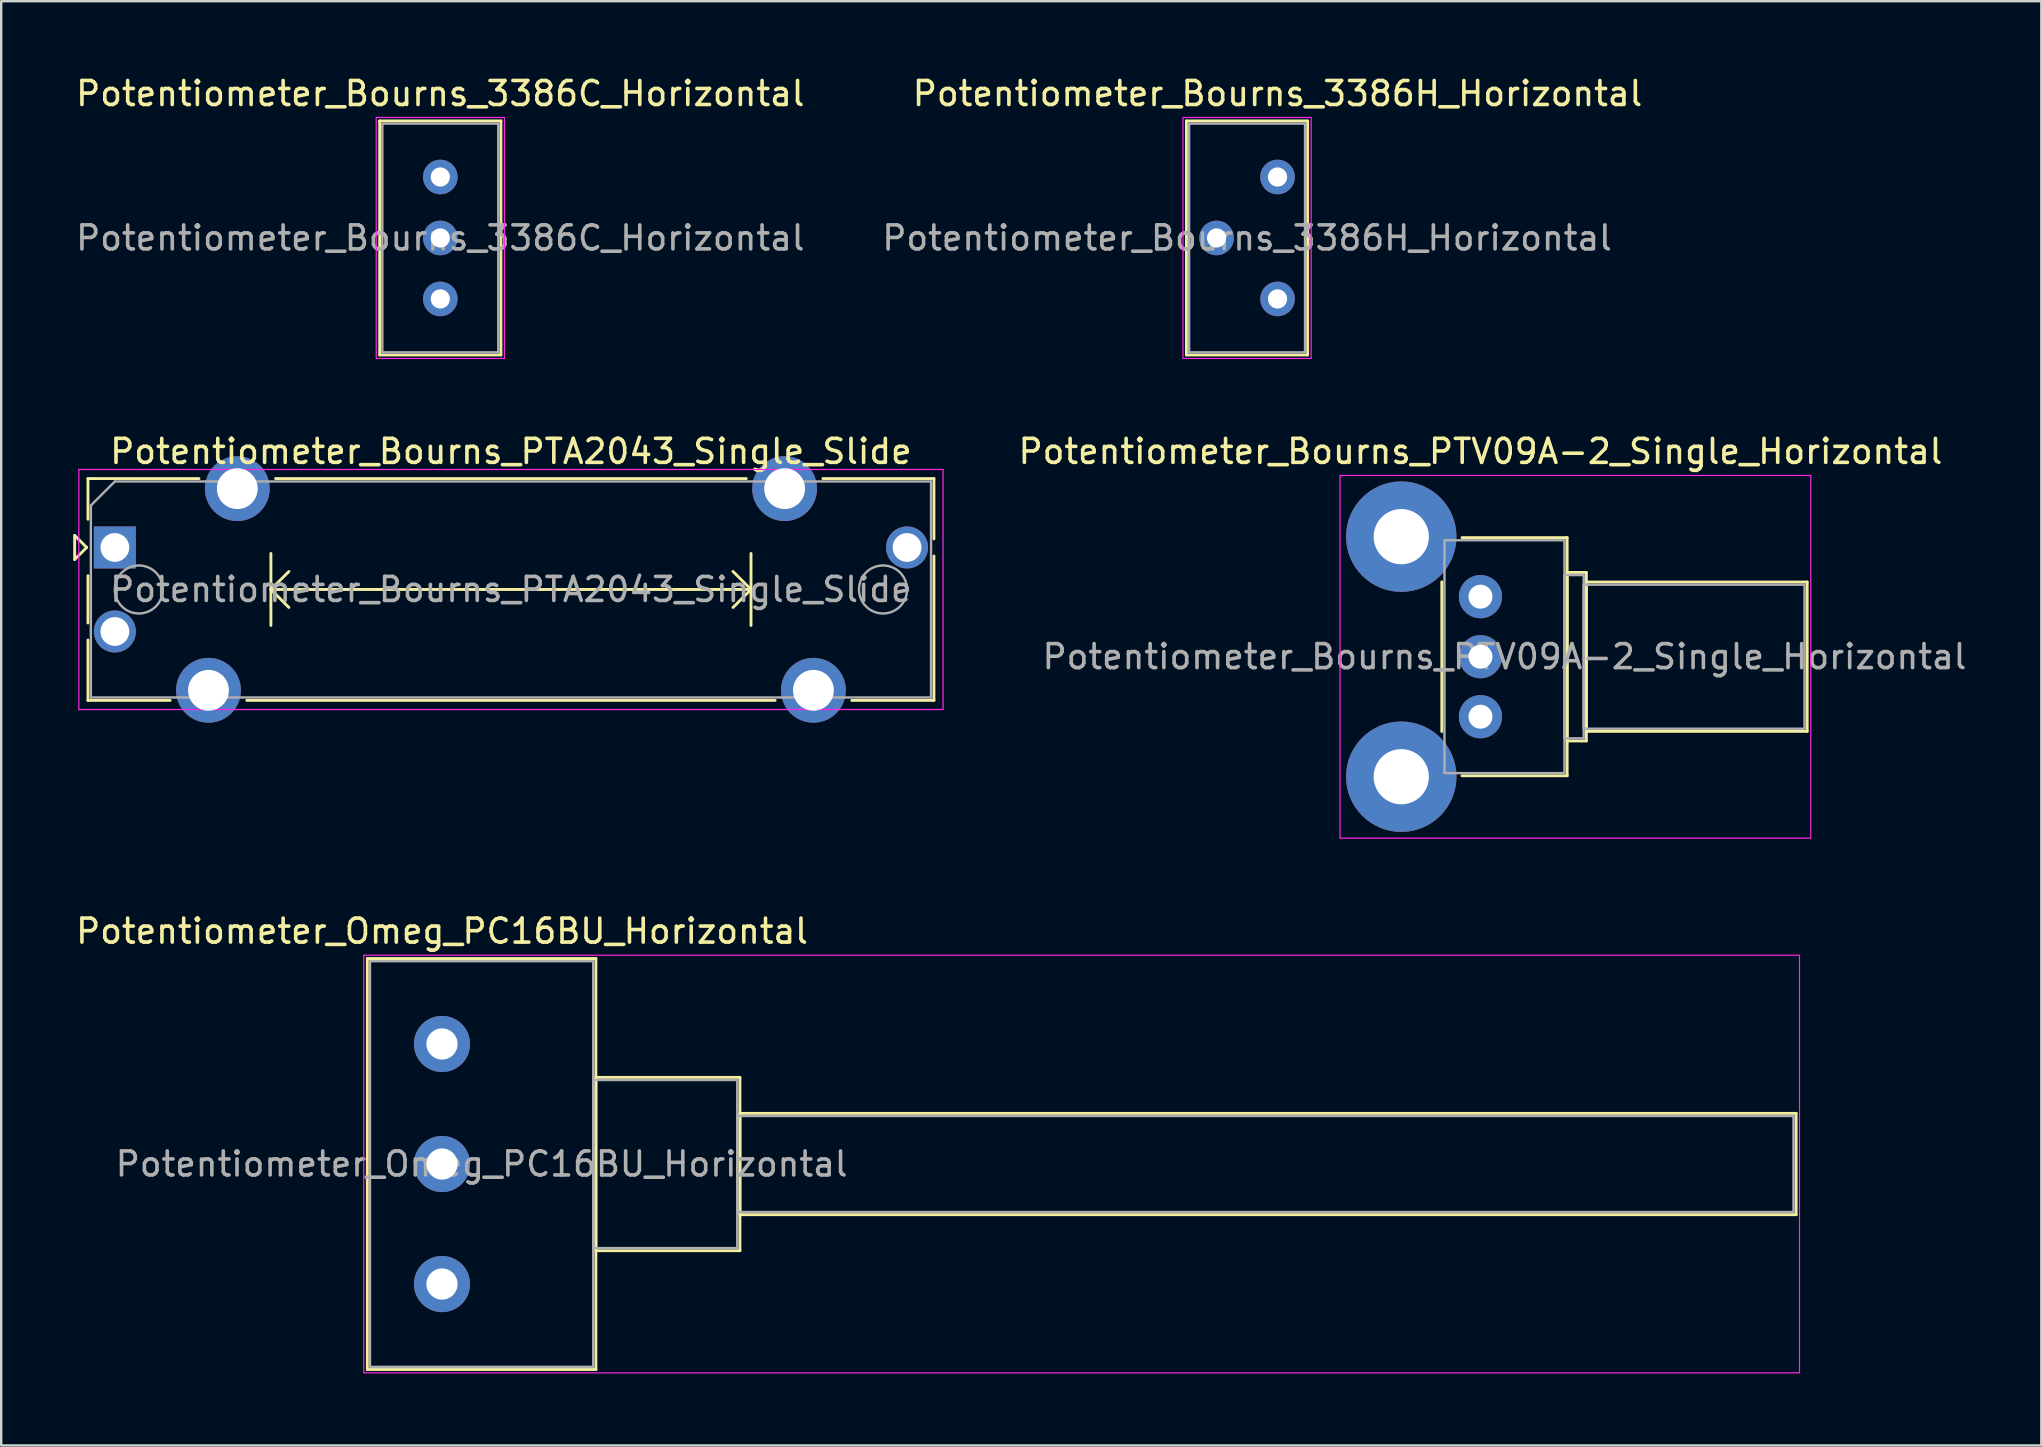
<source format=kicad_pcb>
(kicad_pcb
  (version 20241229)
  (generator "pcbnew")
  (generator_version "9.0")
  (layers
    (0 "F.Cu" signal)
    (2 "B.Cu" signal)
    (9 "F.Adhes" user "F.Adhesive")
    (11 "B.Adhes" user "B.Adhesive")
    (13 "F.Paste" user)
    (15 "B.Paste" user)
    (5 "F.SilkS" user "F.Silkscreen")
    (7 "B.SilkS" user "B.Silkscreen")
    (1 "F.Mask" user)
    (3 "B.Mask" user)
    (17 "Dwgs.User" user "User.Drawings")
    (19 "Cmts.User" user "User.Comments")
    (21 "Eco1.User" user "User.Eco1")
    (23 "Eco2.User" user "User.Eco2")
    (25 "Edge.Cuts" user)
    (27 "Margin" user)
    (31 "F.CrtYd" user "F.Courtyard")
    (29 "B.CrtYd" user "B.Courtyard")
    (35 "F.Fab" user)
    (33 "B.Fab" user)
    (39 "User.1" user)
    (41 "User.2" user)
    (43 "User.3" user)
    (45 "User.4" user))
  (footprint "Potentiometer_Bourns_3386C_Horizontal"
    (layer "F.Cu")
    (at 15.292 4.323)
    (property "Reference" "Potentiometer_Bourns_3386C_Horizontal" (at 0 -3.475 0) (layer "F.SilkS") (effects (font (size 1 1) (thickness 0.15))))
    (attr through_hole)
    (fp_line (start -2.525 -2.335) (end 2.525 -2.335) (stroke (width 0.12) (type solid)) (layer "F.SilkS"))
    (fp_line (start -2.525 7.415) (end -2.525 -2.335) (stroke (width 0.12) (type solid)) (layer "F.SilkS"))
    (fp_line (start 2.525 -2.335) (end 2.525 7.415) (stroke (width 0.12) (type solid)) (layer "F.SilkS"))
    (fp_line (start 2.525 7.415) (end -2.525 7.415) (stroke (width 0.12) (type solid)) (layer "F.SilkS"))
    (fp_rect (start -2.67 -2.48) (end 2.67 7.56) (stroke (width 0.05) (type solid)) (fill no) (layer "F.CrtYd"))
    (fp_rect (start -2.415 -2.225) (end 2.415 7.305) (stroke (width 0.1) (type solid)) (fill no) (layer "F.Fab"))
    (fp_text user "${REFERENCE}" (at 0 2.54 0) (layer "F.Fab") (effects (font (size 1 1) (thickness 0.15))))
    (pad "1" thru_hole circle (at 0 0) (size 1.44 1.44) (drill 0.8) (layers "*.Cu" "*.Mask"))
    (pad "2" thru_hole circle (at 0 2.54) (size 1.44 1.44) (drill 0.8) (layers "*.Cu" "*.Mask"))
    (pad "3" thru_hole circle (at 0 5.08) (size 1.44 1.44) (drill 0.8) (layers "*.Cu" "*.Mask")))
  (footprint "Potentiometer_Omeg_PC16BU_Horizontal"
    (layer "F.Cu")
    (at 15.363 50.44)
    (property "Reference" "Potentiometer_Omeg_PC16BU_Horizontal" (at 0 -14.7 0) (layer "F.SilkS") (effects (font (size 1 1) (thickness 0.15))))
    (attr through_hole)
    (fp_line (start -3.11 -13.56) (end 6.41 -13.56) (stroke (width 0.12) (type solid)) (layer "F.SilkS"))
    (fp_line (start -3.11 3.56) (end -3.11 -13.56) (stroke (width 0.12) (type solid)) (layer "F.SilkS"))
    (fp_line (start 6.41 -13.56) (end 6.41 3.56) (stroke (width 0.12) (type solid)) (layer "F.SilkS"))
    (fp_line (start 6.41 -8.61) (end 12.41 -8.61) (stroke (width 0.12) (type solid)) (layer "F.SilkS"))
    (fp_line (start 6.41 -1.39) (end 6.41 -8.61) (stroke (width 0.12) (type solid)) (layer "F.SilkS"))
    (fp_line (start 6.41 3.56) (end -3.11 3.56) (stroke (width 0.12) (type solid)) (layer "F.SilkS"))
    (fp_line (start 12.41 -8.61) (end 12.41 -1.39) (stroke (width 0.12) (type solid)) (layer "F.SilkS"))
    (fp_line (start 12.41 -7.11) (end 56.41 -7.11) (stroke (width 0.12) (type solid)) (layer "F.SilkS"))
    (fp_line (start 12.41 -2.89) (end 12.41 -7.11) (stroke (width 0.12) (type solid)) (layer "F.SilkS"))
    (fp_line (start 12.41 -1.39) (end 6.41 -1.39) (stroke (width 0.12) (type solid)) (layer "F.SilkS"))
    (fp_line (start 56.41 -7.11) (end 56.41 -2.89) (stroke (width 0.12) (type solid)) (layer "F.SilkS"))
    (fp_line (start 56.41 -2.89) (end 12.41 -2.89) (stroke (width 0.12) (type solid)) (layer "F.SilkS"))
    (fp_rect (start -3.26 -13.7) (end 56.55 3.7) (stroke (width 0.05) (type solid)) (fill no) (layer "F.CrtYd"))
    (fp_rect (start -3 -13.45) (end 6.3 3.45) (stroke (width 0.1) (type solid)) (fill no) (layer "F.Fab"))
    (fp_rect (start 6.3 -8.5) (end 12.3 -1.5) (stroke (width 0.1) (type solid)) (fill no) (layer "F.Fab"))
    (fp_rect (start 12.3 -7) (end 56.3 -3) (stroke (width 0.1) (type solid)) (fill no) (layer "F.Fab"))
    (fp_text user "${REFERENCE}" (at 1.65 -5 0) (layer "F.Fab") (effects (font (size 1 1) (thickness 0.15))))
    (pad "1" thru_hole circle (at 0 0) (size 2.34 2.34) (drill 1.3) (layers "*.Cu" "*.Mask"))
    (pad "2" thru_hole circle (at 0 -5) (size 2.34 2.34) (drill 1.3) (layers "*.Cu" "*.Mask"))
    (pad "3" thru_hole circle (at 0 -10) (size 2.34 2.34) (drill 1.3) (layers "*.Cu" "*.Mask")))
  (footprint "Potentiometer_Bourns_3386H_Horizontal"
    (layer "F.Cu")
    (at 50.169 4.323)
    (property "Reference" "Potentiometer_Bourns_3386H_Horizontal" (at 0 -3.475 0) (layer "F.SilkS") (effects (font (size 1 1) (thickness 0.15))))
    (attr through_hole)
    (fp_line (start -3.795 -2.335) (end 1.255 -2.335) (stroke (width 0.12) (type solid)) (layer "F.SilkS"))
    (fp_line (start -3.795 7.415) (end -3.795 -2.335) (stroke (width 0.12) (type solid)) (layer "F.SilkS"))
    (fp_line (start 1.255 -2.335) (end 1.255 7.415) (stroke (width 0.12) (type solid)) (layer "F.SilkS"))
    (fp_line (start 1.255 7.415) (end -3.795 7.415) (stroke (width 0.12) (type solid)) (layer "F.SilkS"))
    (fp_rect (start -3.94 -2.48) (end 1.4 7.56) (stroke (width 0.05) (type solid)) (fill no) (layer "F.CrtYd"))
    (fp_rect (start -3.685 -2.225) (end 1.145 7.305) (stroke (width 0.1) (type solid)) (fill no) (layer "F.Fab"))
    (fp_text user "${REFERENCE}" (at -1.27 2.54 0) (layer "F.Fab") (effects (font (size 1 1) (thickness 0.15))))
    (pad "1" thru_hole circle (at 0 0) (size 1.44 1.44) (drill 0.8) (layers "*.Cu" "*.Mask"))
    (pad "2" thru_hole circle (at -2.54 2.54) (size 1.44 1.44) (drill 0.8) (layers "*.Cu" "*.Mask"))
    (pad "3" thru_hole circle (at 0 5.08) (size 1.44 1.44) (drill 0.8) (layers "*.Cu" "*.Mask")))
  (footprint "Potentiometer_Bourns_PTA2043_Single_Slide"
    (layer "F.Cu")
    (at 1.735 19.756)
    (property "Reference" "Potentiometer_Bourns_PTA2043_Single_Slide" (at 16.5 -4 0) (layer "F.SilkS") (effects (font (size 1 1) (thickness 0.15))))
    (attr through_hole)
    (fp_line (start -1.675 -0.5) (end -1.675 0.5) (stroke (width 0.12) (type solid)) (layer "F.SilkS"))
    (fp_line (start -1.675 0.5) (end -1.175 0) (stroke (width 0.12) (type solid)) (layer "F.SilkS"))
    (fp_line (start -1.175 0) (end -1.675 -0.5) (stroke (width 0.12) (type solid)) (layer "F.SilkS"))
    (fp_line (start -1.12 -2.87) (end 3.504 -2.87) (stroke (width 0.12) (type solid)) (layer "F.SilkS"))
    (fp_line (start -1.12 -1.175) (end -1.12 -2.87) (stroke (width 0.12) (type solid)) (layer "F.SilkS"))
    (fp_line (start -1.12 3.145) (end -1.12 1.175) (stroke (width 0.12) (type solid)) (layer "F.SilkS"))
    (fp_line (start -1.12 6.37) (end -1.12 3.855) (stroke (width 0.12) (type solid)) (layer "F.SilkS"))
    (fp_line (start 2.304 6.37) (end -1.12 6.37) (stroke (width 0.12) (type solid)) (layer "F.SilkS"))
    (fp_line (start 6.5 0.25) (end 6.5 3.25) (stroke (width 0.12) (type solid)) (layer "F.SilkS"))
    (fp_line (start 6.5 1.75) (end 7.25 2.5) (stroke (width 0.12) (type solid)) (layer "F.SilkS"))
    (fp_line (start 6.5 1.75) (end 26.5 1.75) (stroke (width 0.12) (type solid)) (layer "F.SilkS"))
    (fp_line (start 6.696 -2.87) (end 26.304 -2.87) (stroke (width 0.12) (type solid)) (layer "F.SilkS"))
    (fp_line (start 7.25 1) (end 6.5 1.75) (stroke (width 0.12) (type solid)) (layer "F.SilkS"))
    (fp_line (start 25.75 1) (end 26.5 1.75) (stroke (width 0.12) (type solid)) (layer "F.SilkS"))
    (fp_line (start 26.5 0.25) (end 26.5 3.25) (stroke (width 0.12) (type solid)) (layer "F.SilkS"))
    (fp_line (start 26.5 1.75) (end 25.75 2.5) (stroke (width 0.12) (type solid)) (layer "F.SilkS"))
    (fp_line (start 27.504 6.37) (end 5.496 6.37) (stroke (width 0.12) (type solid)) (layer "F.SilkS"))
    (fp_line (start 29.496 -2.87) (end 34.12 -2.87) (stroke (width 0.12) (type solid)) (layer "F.SilkS"))
    (fp_line (start 34.12 -2.87) (end 34.12 -0.355) (stroke (width 0.12) (type solid)) (layer "F.SilkS"))
    (fp_line (start 34.12 0.355) (end 34.12 6.37) (stroke (width 0.12) (type solid)) (layer "F.SilkS"))
    (fp_line (start 34.12 6.37) (end 30.696 6.37) (stroke (width 0.12) (type solid)) (layer "F.SilkS"))
    (fp_line (start -1.5 -3.25) (end -1.5 6.75) (stroke (width 0.05) (type solid)) (layer "F.CrtYd"))
    (fp_line (start -1.5 6.75) (end 34.5 6.75) (stroke (width 0.05) (type solid)) (layer "F.CrtYd"))
    (fp_line (start 34.5 -3.25) (end -1.5 -3.25) (stroke (width 0.05) (type solid)) (layer "F.CrtYd"))
    (fp_line (start 34.5 6.75) (end 34.5 -3.25) (stroke (width 0.05) (type solid)) (layer "F.CrtYd"))
    (fp_line (start -1 -1.75) (end 0 -2.75) (stroke (width 0.1) (type solid)) (layer "F.Fab"))
    (fp_line (start -1 6.25) (end -1 -1.75) (stroke (width 0.1) (type solid)) (layer "F.Fab"))
    (fp_line (start 0 -2.75) (end 34 -2.75) (stroke (width 0.1) (type solid)) (layer "F.Fab"))
    (fp_line (start 34 -2.75) (end 34 6.25) (stroke (width 0.1) (type solid)) (layer "F.Fab"))
    (fp_line (start 34 6.25) (end -1 6.25) (stroke (width 0.1) (type solid)) (layer "F.Fab"))
    (fp_circle (center 1 1.75) (end 2 1.75) (stroke (width 0.1) (type solid)) (fill no) (layer "F.Fab"))
    (fp_circle (center 32 1.75) (end 33 1.75) (stroke (width 0.1) (type solid)) (fill no) (layer "F.Fab"))
    (fp_text user "${REFERENCE}" (at 16.5 1.75 0) (layer "F.Fab") (effects (font (size 1 1) (thickness 0.15))))
    (pad "1" thru_hole rect (at 0 0) (size 1.75 1.75) (drill 1.2) (layers "*.Cu" "*.Mask"))
    (pad "2" thru_hole circle (at 0 3.5) (size 1.75 1.75) (drill 1.2) (layers "*.Cu" "*.Mask"))
    (pad "3" thru_hole circle (at 33 0) (size 1.75 1.75) (drill 1.2) (layers "*.Cu" "*.Mask"))
    (pad "MP" thru_hole circle (at 3.9 5.95) (size 2.7 2.7) (drill 1.7) (layers "*.Cu" "*.Mask"))
    (pad "MP" thru_hole circle (at 5.1 -2.45) (size 2.7 2.7) (drill 1.7) (layers "*.Cu" "*.Mask"))
    (pad "MP" thru_hole circle (at 27.9 -2.45) (size 2.7 2.7) (drill 1.7) (layers "*.Cu" "*.Mask"))
    (pad "MP" thru_hole circle (at 29.1 5.95) (size 2.7 2.7) (drill 1.7) (layers "*.Cu" "*.Mask")))
  (footprint "Potentiometer_Bourns_PTV09A-2_Single_Horizontal"
    (layer "F.Cu")
    (at 58.623 26.806)
    (property "Reference" "Potentiometer_Bourns_PTV09A-2_Single_Horizontal" (at 0 -11.05 0) (layer "F.SilkS") (effects (font (size 1 1) (thickness 0.15))))
    (attr through_hole)
    (fp_line (start -1.61 0.617) (end -1.61 -5.617) (stroke (width 0.12) (type solid)) (layer "F.SilkS"))
    (fp_line (start -0.77 -7.46) (end 3.61 -7.46) (stroke (width 0.12) (type solid)) (layer "F.SilkS"))
    (fp_line (start 3.61 -7.46) (end 3.61 2.46) (stroke (width 0.12) (type solid)) (layer "F.SilkS"))
    (fp_line (start 3.61 -6.01) (end 4.41 -6.01) (stroke (width 0.12) (type solid)) (layer "F.SilkS"))
    (fp_line (start 3.61 1.01) (end 3.61 -6.01) (stroke (width 0.12) (type solid)) (layer "F.SilkS"))
    (fp_line (start 3.61 2.46) (end -0.77 2.46) (stroke (width 0.12) (type solid)) (layer "F.SilkS"))
    (fp_line (start 4.41 -6.01) (end 4.41 1.01) (stroke (width 0.12) (type solid)) (layer "F.SilkS"))
    (fp_line (start 4.41 -5.61) (end 13.61 -5.61) (stroke (width 0.12) (type solid)) (layer "F.SilkS"))
    (fp_line (start 4.41 0.61) (end 4.41 -5.61) (stroke (width 0.12) (type solid)) (layer "F.SilkS"))
    (fp_line (start 4.41 1.01) (end 3.61 1.01) (stroke (width 0.12) (type solid)) (layer "F.SilkS"))
    (fp_line (start 13.61 -5.61) (end 13.61 0.61) (stroke (width 0.12) (type solid)) (layer "F.SilkS"))
    (fp_line (start 13.61 0.61) (end 4.41 0.61) (stroke (width 0.12) (type solid)) (layer "F.SilkS"))
    (fp_rect (start -5.85 -10.05) (end 13.76 5.06) (stroke (width 0.05) (type solid)) (fill no) (layer "F.CrtYd"))
    (fp_rect (start -1.5 -7.35) (end 3.5 2.35) (stroke (width 0.1) (type solid)) (fill no) (layer "F.Fab"))
    (fp_rect (start 3.5 -5.9) (end 4.3 0.9) (stroke (width 0.1) (type solid)) (fill no) (layer "F.Fab"))
    (fp_rect (start 4.3 -5.5) (end 13.5 0.5) (stroke (width 0.1) (type solid)) (fill no) (layer "F.Fab"))
    (fp_text user "${REFERENCE}" (at 1 -2.5 0) (layer "F.Fab") (effects (font (size 1 1) (thickness 0.15))))
    (pad "1" thru_hole circle (at 0 0) (size 1.8 1.8) (drill 1) (layers "*.Cu" "*.Mask"))
    (pad "2" thru_hole circle (at 0 -2.5) (size 1.8 1.8) (drill 1) (layers "*.Cu" "*.Mask"))
    (pad "3" thru_hole circle (at 0 -5) (size 1.8 1.8) (drill 1) (layers "*.Cu" "*.Mask"))
    (pad "MP" thru_hole circle (at -3.3 -7.5) (size 4.6 4.6) (drill 2.3) (layers "*.Cu" "*.Mask"))
    (pad "MP" thru_hole circle (at -3.3 2.5) (size 4.6 4.6) (drill 2.3) (layers "*.Cu" "*.Mask")))
  (gr_rect
    (start -3 -3)
    (end 81.986 57.165)
    (stroke (width 0.1) (type default))
    (fill no)
    (layer "Edge.Cuts")))
</source>
